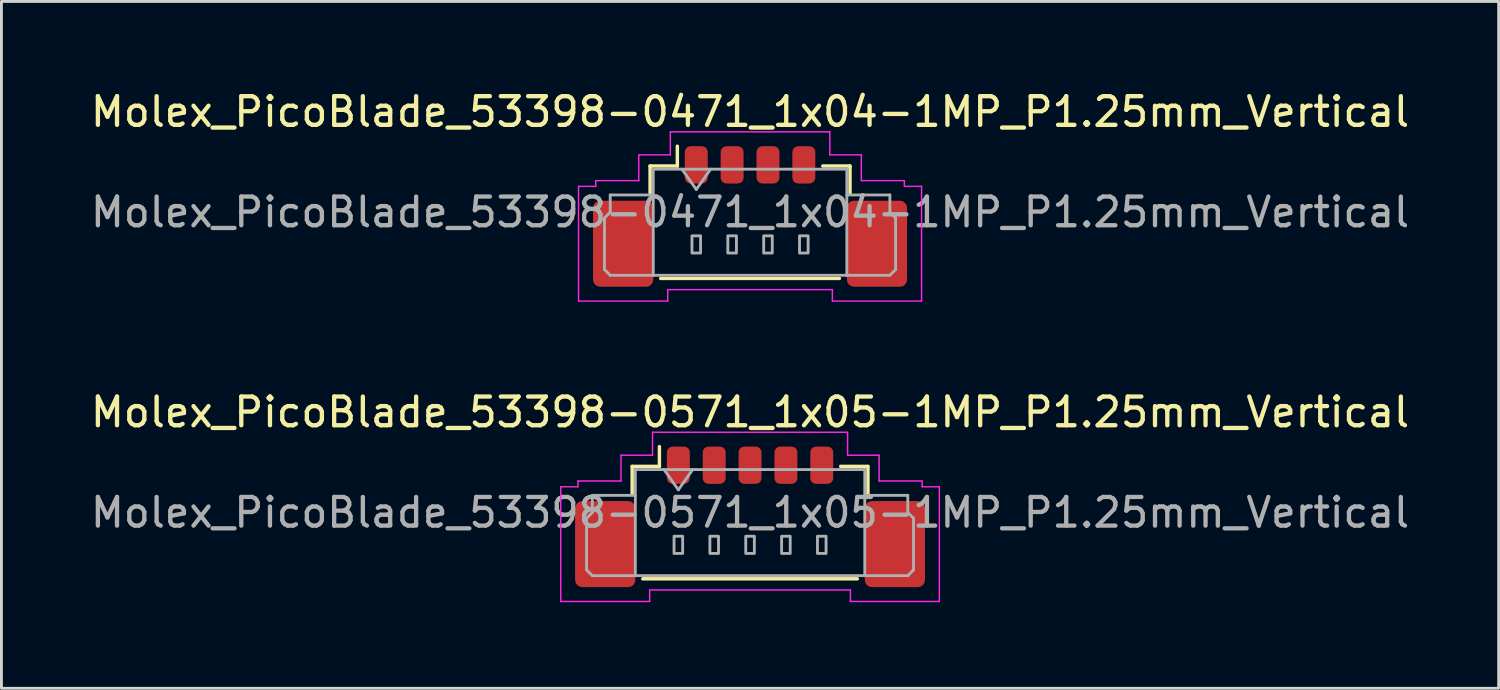
<source format=kicad_pcb>
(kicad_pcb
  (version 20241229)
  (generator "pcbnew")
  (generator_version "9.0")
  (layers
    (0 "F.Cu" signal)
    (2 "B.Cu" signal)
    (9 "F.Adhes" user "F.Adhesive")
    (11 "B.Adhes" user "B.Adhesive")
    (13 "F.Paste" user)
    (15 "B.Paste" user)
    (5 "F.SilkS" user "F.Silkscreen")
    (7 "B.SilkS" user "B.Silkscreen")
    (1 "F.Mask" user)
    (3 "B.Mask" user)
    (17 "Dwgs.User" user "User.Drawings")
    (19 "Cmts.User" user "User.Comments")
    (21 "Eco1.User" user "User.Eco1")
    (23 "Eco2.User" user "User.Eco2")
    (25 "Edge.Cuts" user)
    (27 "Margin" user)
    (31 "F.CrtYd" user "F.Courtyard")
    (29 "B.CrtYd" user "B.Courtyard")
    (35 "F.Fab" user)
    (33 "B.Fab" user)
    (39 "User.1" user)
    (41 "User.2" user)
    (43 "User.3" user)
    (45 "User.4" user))
  (footprint "Molex_PicoBlade_53398-0471_1x04-1MP_P1.25mm_Vertical"
    (layer "F.Cu")
    (at 23.101 3.948)
    (property "Reference" "Molex_PicoBlade_53398-0471_1x04-1MP_P1.25mm_Vertical" (at 0 -3.1 0) (layer "F.SilkS") (effects (font (size 1 1) (thickness 0.15))))
    (attr smd)
    (fp_line (start -3.485 -1.21) (end -2.535 -1.21) (stroke (width 0.12) (type solid)) (layer "F.SilkS"))
    (fp_line (start -3.485 -0.26) (end -3.485 -1.21) (stroke (width 0.12) (type solid)) (layer "F.SilkS"))
    (fp_line (start -3.115 2.71) (end 3.115 2.71) (stroke (width 0.12) (type solid)) (layer "F.SilkS"))
    (fp_line (start -2.535 -1.21) (end -2.535 -1.9) (stroke (width 0.12) (type solid)) (layer "F.SilkS"))
    (fp_line (start 3.485 -1.21) (end 2.535 -1.21) (stroke (width 0.12) (type solid)) (layer "F.SilkS"))
    (fp_line (start 3.485 -0.26) (end 3.485 -1.21) (stroke (width 0.12) (type solid)) (layer "F.SilkS"))
    (fp_line (start -5.98 -0.5) (end -5.38 -0.5) (stroke (width 0.05) (type solid)) (layer "F.CrtYd"))
    (fp_line (start -5.98 3.5) (end -5.98 -0.5) (stroke (width 0.05) (type solid)) (layer "F.CrtYd"))
    (fp_line (start -5.38 -0.7) (end -3.88 -0.7) (stroke (width 0.05) (type solid)) (layer "F.CrtYd"))
    (fp_line (start -5.38 -0.5) (end -5.38 -0.7) (stroke (width 0.05) (type solid)) (layer "F.CrtYd"))
    (fp_line (start -3.88 -1.6) (end -2.78 -1.6) (stroke (width 0.05) (type solid)) (layer "F.CrtYd"))
    (fp_line (start -3.88 -0.7) (end -3.88 -1.6) (stroke (width 0.05) (type solid)) (layer "F.CrtYd"))
    (fp_line (start -2.87 3.1) (end -2.87 3.5) (stroke (width 0.05) (type solid)) (layer "F.CrtYd"))
    (fp_line (start -2.87 3.5) (end -5.98 3.5) (stroke (width 0.05) (type solid)) (layer "F.CrtYd"))
    (fp_line (start -2.78 -2.4) (end 2.78 -2.4) (stroke (width 0.05) (type solid)) (layer "F.CrtYd"))
    (fp_line (start -2.78 -1.6) (end -2.78 -2.4) (stroke (width 0.05) (type solid)) (layer "F.CrtYd"))
    (fp_line (start 2.78 -2.4) (end 2.78 -1.6) (stroke (width 0.05) (type solid)) (layer "F.CrtYd"))
    (fp_line (start 2.78 -1.6) (end 3.88 -1.6) (stroke (width 0.05) (type solid)) (layer "F.CrtYd"))
    (fp_line (start 2.87 3.1) (end -2.87 3.1) (stroke (width 0.05) (type solid)) (layer "F.CrtYd"))
    (fp_line (start 2.87 3.5) (end 2.87 3.1) (stroke (width 0.05) (type solid)) (layer "F.CrtYd"))
    (fp_line (start 3.88 -1.6) (end 3.88 -0.7) (stroke (width 0.05) (type solid)) (layer "F.CrtYd"))
    (fp_line (start 3.88 -0.7) (end 5.38 -0.7) (stroke (width 0.05) (type solid)) (layer "F.CrtYd"))
    (fp_line (start 5.38 -0.7) (end 5.38 -0.5) (stroke (width 0.05) (type solid)) (layer "F.CrtYd"))
    (fp_line (start 5.38 -0.5) (end 5.98 -0.5) (stroke (width 0.05) (type solid)) (layer "F.CrtYd"))
    (fp_line (start 5.98 -0.5) (end 5.98 3.5) (stroke (width 0.05) (type solid)) (layer "F.CrtYd"))
    (fp_line (start 5.98 3.5) (end 2.87 3.5) (stroke (width 0.05) (type solid)) (layer "F.CrtYd"))
    (fp_line (start -5.075 0.6) (end -4.875 0.4) (stroke (width 0.1) (type solid)) (layer "F.Fab"))
    (fp_line (start -5.075 2.4) (end -5.075 0.6) (stroke (width 0.1) (type solid)) (layer "F.Fab"))
    (fp_line (start -4.875 -0.2) (end -3.375 -0.2) (stroke (width 0.1) (type solid)) (layer "F.Fab"))
    (fp_line (start -4.875 0.4) (end -4.875 -0.2) (stroke (width 0.1) (type solid)) (layer "F.Fab"))
    (fp_line (start -4.875 2.6) (end -5.075 2.4) (stroke (width 0.1) (type solid)) (layer "F.Fab"))
    (fp_line (start -3.375 -1.1) (end -3.375 2.6) (stroke (width 0.1) (type solid)) (layer "F.Fab"))
    (fp_line (start -3.375 -1.1) (end 3.375 -1.1) (stroke (width 0.1) (type solid)) (layer "F.Fab"))
    (fp_line (start -3.375 2.6) (end -4.875 2.6) (stroke (width 0.1) (type solid)) (layer "F.Fab"))
    (fp_line (start -3.375 2.6) (end 3.375 2.6) (stroke (width 0.1) (type solid)) (layer "F.Fab"))
    (fp_line (start -2.375 -1.1) (end -1.875 -0.393) (stroke (width 0.1) (type solid)) (layer "F.Fab"))
    (fp_line (start -1.875 -0.393) (end -1.375 -1.1) (stroke (width 0.1) (type solid)) (layer "F.Fab"))
    (fp_line (start 3.375 -1.1) (end 3.375 2.6) (stroke (width 0.1) (type solid)) (layer "F.Fab"))
    (fp_line (start 3.375 2.6) (end 4.875 2.6) (stroke (width 0.1) (type solid)) (layer "F.Fab"))
    (fp_line (start 4.875 -0.2) (end 3.375 -0.2) (stroke (width 0.1) (type solid)) (layer "F.Fab"))
    (fp_line (start 4.875 0.4) (end 4.875 -0.2) (stroke (width 0.1) (type solid)) (layer "F.Fab"))
    (fp_line (start 4.875 2.6) (end 5.075 2.4) (stroke (width 0.1) (type solid)) (layer "F.Fab"))
    (fp_line (start 5.075 0.6) (end 4.875 0.4) (stroke (width 0.1) (type solid)) (layer "F.Fab"))
    (fp_line (start 5.075 2.4) (end 5.075 0.6) (stroke (width 0.1) (type solid)) (layer "F.Fab"))
    (fp_rect (start -2.025 1.225) (end -1.725 1.825) (stroke (width 0.1) (type solid)) (fill no) (layer "F.Fab"))
    (fp_rect (start -0.775 1.225) (end -0.475 1.825) (stroke (width 0.1) (type solid)) (fill no) (layer "F.Fab"))
    (fp_rect (start 0.475 1.225) (end 0.775 1.825) (stroke (width 0.1) (type solid)) (fill no) (layer "F.Fab"))
    (fp_rect (start 1.725 1.225) (end 2.025 1.825) (stroke (width 0.1) (type solid)) (fill no) (layer "F.Fab"))
    (fp_text user "${REFERENCE}" (at 0 0.4 0) (layer "F.Fab") (effects (font (size 1 1) (thickness 0.15))))
    (pad "1" smd roundrect (at -1.875 -1.25) (size 0.8 1.3) (layers "F.Cu" "F.Mask" "F.Paste") (roundrect_rratio 0.25))
    (pad "2" smd roundrect (at -0.625 -1.25) (size 0.8 1.3) (layers "F.Cu" "F.Mask" "F.Paste") (roundrect_rratio 0.25))
    (pad "3" smd roundrect (at 0.625 -1.25) (size 0.8 1.3) (layers "F.Cu" "F.Mask" "F.Paste") (roundrect_rratio 0.25))
    (pad "4" smd roundrect (at 1.875 -1.25) (size 0.8 1.3) (layers "F.Cu" "F.Mask" "F.Paste") (roundrect_rratio 0.25))
    (pad "MP" smd roundrect (at -4.425 1.5) (size 2.1 3) (layers "F.Cu" "F.Mask" "F.Paste") (roundrect_rratio 0.119))
    (pad "MP" smd roundrect (at 4.425 1.5) (size 2.1 3) (layers "F.Cu" "F.Mask" "F.Paste") (roundrect_rratio 0.119)))
  (footprint "Molex_PicoBlade_53398-0571_1x05-1MP_P1.25mm_Vertical"
    (layer "F.Cu")
    (at 23.101 14.421)
    (property "Reference" "Molex_PicoBlade_53398-0571_1x05-1MP_P1.25mm_Vertical" (at 0 -3.1 0) (layer "F.SilkS") (effects (font (size 1 1) (thickness 0.15))))
    (attr smd)
    (fp_line (start -4.11 -1.21) (end -3.16 -1.21) (stroke (width 0.12) (type solid)) (layer "F.SilkS"))
    (fp_line (start -4.11 -0.26) (end -4.11 -1.21) (stroke (width 0.12) (type solid)) (layer "F.SilkS"))
    (fp_line (start -3.74 2.71) (end 3.74 2.71) (stroke (width 0.12) (type solid)) (layer "F.SilkS"))
    (fp_line (start -3.16 -1.21) (end -3.16 -1.9) (stroke (width 0.12) (type solid)) (layer "F.SilkS"))
    (fp_line (start 4.11 -1.21) (end 3.16 -1.21) (stroke (width 0.12) (type solid)) (layer "F.SilkS"))
    (fp_line (start 4.11 -0.26) (end 4.11 -1.21) (stroke (width 0.12) (type solid)) (layer "F.SilkS"))
    (fp_line (start -6.6 -0.5) (end -6 -0.5) (stroke (width 0.05) (type solid)) (layer "F.CrtYd"))
    (fp_line (start -6.6 3.5) (end -6.6 -0.5) (stroke (width 0.05) (type solid)) (layer "F.CrtYd"))
    (fp_line (start -6 -0.7) (end -4.5 -0.7) (stroke (width 0.05) (type solid)) (layer "F.CrtYd"))
    (fp_line (start -6 -0.5) (end -6 -0.7) (stroke (width 0.05) (type solid)) (layer "F.CrtYd"))
    (fp_line (start -4.5 -1.6) (end -3.4 -1.6) (stroke (width 0.05) (type solid)) (layer "F.CrtYd"))
    (fp_line (start -4.5 -0.7) (end -4.5 -1.6) (stroke (width 0.05) (type solid)) (layer "F.CrtYd"))
    (fp_line (start -3.5 3.1) (end -3.5 3.5) (stroke (width 0.05) (type solid)) (layer "F.CrtYd"))
    (fp_line (start -3.5 3.5) (end -6.6 3.5) (stroke (width 0.05) (type solid)) (layer "F.CrtYd"))
    (fp_line (start -3.4 -2.4) (end 3.4 -2.4) (stroke (width 0.05) (type solid)) (layer "F.CrtYd"))
    (fp_line (start -3.4 -1.6) (end -3.4 -2.4) (stroke (width 0.05) (type solid)) (layer "F.CrtYd"))
    (fp_line (start 3.4 -2.4) (end 3.4 -1.6) (stroke (width 0.05) (type solid)) (layer "F.CrtYd"))
    (fp_line (start 3.4 -1.6) (end 4.5 -1.6) (stroke (width 0.05) (type solid)) (layer "F.CrtYd"))
    (fp_line (start 3.5 3.1) (end -3.5 3.1) (stroke (width 0.05) (type solid)) (layer "F.CrtYd"))
    (fp_line (start 3.5 3.5) (end 3.5 3.1) (stroke (width 0.05) (type solid)) (layer "F.CrtYd"))
    (fp_line (start 4.5 -1.6) (end 4.5 -0.7) (stroke (width 0.05) (type solid)) (layer "F.CrtYd"))
    (fp_line (start 4.5 -0.7) (end 6 -0.7) (stroke (width 0.05) (type solid)) (layer "F.CrtYd"))
    (fp_line (start 6 -0.7) (end 6 -0.5) (stroke (width 0.05) (type solid)) (layer "F.CrtYd"))
    (fp_line (start 6 -0.5) (end 6.6 -0.5) (stroke (width 0.05) (type solid)) (layer "F.CrtYd"))
    (fp_line (start 6.6 -0.5) (end 6.6 3.5) (stroke (width 0.05) (type solid)) (layer "F.CrtYd"))
    (fp_line (start 6.6 3.5) (end 3.5 3.5) (stroke (width 0.05) (type solid)) (layer "F.CrtYd"))
    (fp_line (start -5.7 0.6) (end -5.5 0.4) (stroke (width 0.1) (type solid)) (layer "F.Fab"))
    (fp_line (start -5.7 2.4) (end -5.7 0.6) (stroke (width 0.1) (type solid)) (layer "F.Fab"))
    (fp_line (start -5.5 -0.2) (end -4 -0.2) (stroke (width 0.1) (type solid)) (layer "F.Fab"))
    (fp_line (start -5.5 0.4) (end -5.5 -0.2) (stroke (width 0.1) (type solid)) (layer "F.Fab"))
    (fp_line (start -5.5 2.6) (end -5.7 2.4) (stroke (width 0.1) (type solid)) (layer "F.Fab"))
    (fp_line (start -4 -1.1) (end -4 2.6) (stroke (width 0.1) (type solid)) (layer "F.Fab"))
    (fp_line (start -4 -1.1) (end 4 -1.1) (stroke (width 0.1) (type solid)) (layer "F.Fab"))
    (fp_line (start -4 2.6) (end -5.5 2.6) (stroke (width 0.1) (type solid)) (layer "F.Fab"))
    (fp_line (start -4 2.6) (end 4 2.6) (stroke (width 0.1) (type solid)) (layer "F.Fab"))
    (fp_line (start -3 -1.1) (end -2.5 -0.393) (stroke (width 0.1) (type solid)) (layer "F.Fab"))
    (fp_line (start -2.5 -0.393) (end -2 -1.1) (stroke (width 0.1) (type solid)) (layer "F.Fab"))
    (fp_line (start 4 -1.1) (end 4 2.6) (stroke (width 0.1) (type solid)) (layer "F.Fab"))
    (fp_line (start 4 2.6) (end 5.5 2.6) (stroke (width 0.1) (type solid)) (layer "F.Fab"))
    (fp_line (start 5.5 -0.2) (end 4 -0.2) (stroke (width 0.1) (type solid)) (layer "F.Fab"))
    (fp_line (start 5.5 0.4) (end 5.5 -0.2) (stroke (width 0.1) (type solid)) (layer "F.Fab"))
    (fp_line (start 5.5 2.6) (end 5.7 2.4) (stroke (width 0.1) (type solid)) (layer "F.Fab"))
    (fp_line (start 5.7 0.6) (end 5.5 0.4) (stroke (width 0.1) (type solid)) (layer "F.Fab"))
    (fp_line (start 5.7 2.4) (end 5.7 0.6) (stroke (width 0.1) (type solid)) (layer "F.Fab"))
    (fp_rect (start -2.65 1.225) (end -2.35 1.825) (stroke (width 0.1) (type solid)) (fill no) (layer "F.Fab"))
    (fp_rect (start -1.4 1.225) (end -1.1 1.825) (stroke (width 0.1) (type solid)) (fill no) (layer "F.Fab"))
    (fp_rect (start -0.15 1.225) (end 0.15 1.825) (stroke (width 0.1) (type solid)) (fill no) (layer "F.Fab"))
    (fp_rect (start 1.1 1.225) (end 1.4 1.825) (stroke (width 0.1) (type solid)) (fill no) (layer "F.Fab"))
    (fp_rect (start 2.35 1.225) (end 2.65 1.825) (stroke (width 0.1) (type solid)) (fill no) (layer "F.Fab"))
    (fp_text user "${REFERENCE}" (at 0 0.4 0) (layer "F.Fab") (effects (font (size 1 1) (thickness 0.15))))
    (pad "1" smd roundrect (at -2.5 -1.25) (size 0.8 1.3) (layers "F.Cu" "F.Mask" "F.Paste") (roundrect_rratio 0.25))
    (pad "2" smd roundrect (at -1.25 -1.25) (size 0.8 1.3) (layers "F.Cu" "F.Mask" "F.Paste") (roundrect_rratio 0.25))
    (pad "3" smd roundrect (at 0 -1.25) (size 0.8 1.3) (layers "F.Cu" "F.Mask" "F.Paste") (roundrect_rratio 0.25))
    (pad "4" smd roundrect (at 1.25 -1.25) (size 0.8 1.3) (layers "F.Cu" "F.Mask" "F.Paste") (roundrect_rratio 0.25))
    (pad "5" smd roundrect (at 2.5 -1.25) (size 0.8 1.3) (layers "F.Cu" "F.Mask" "F.Paste") (roundrect_rratio 0.25))
    (pad "MP" smd roundrect (at -5.05 1.5) (size 2.1 3) (layers "F.Cu" "F.Mask" "F.Paste") (roundrect_rratio 0.119))
    (pad "MP" smd roundrect (at 5.05 1.5) (size 2.1 3) (layers "F.Cu" "F.Mask" "F.Paste") (roundrect_rratio 0.119)))
  (gr_rect
    (start -3 -3)
    (end 49.202 20.947)
    (stroke (width 0.1) (type default))
    (fill no)
    (layer "Edge.Cuts")))
</source>
